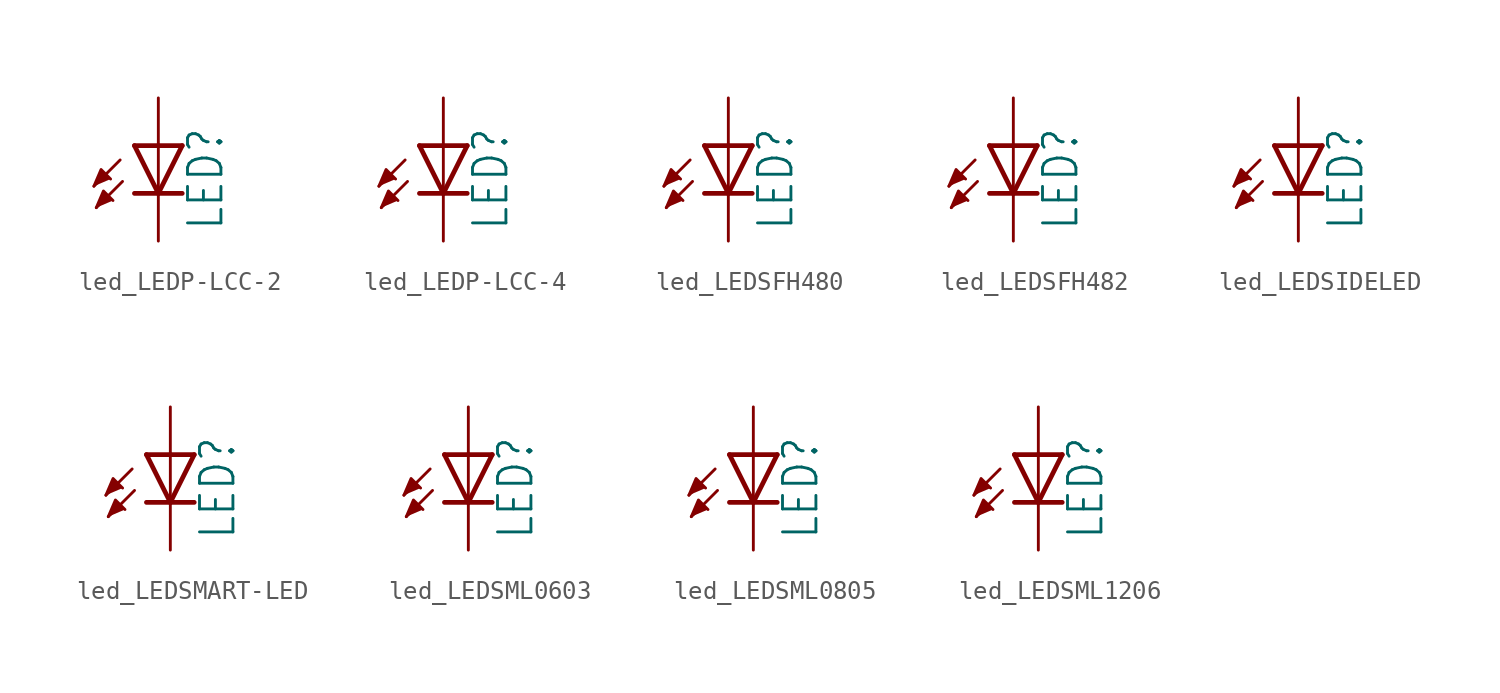
<source format=kicad_sym>
(kicad_symbol_lib
  (version 20231120)
  (generator "kicad_symbol_editor")
  (generator_version "8.0")
  (symbol "led_LEDP-LCC-2"
    (property "Reference" "LED"
      (at 3.556 -4.572 90)
      (effects (font (size 1.778 1.511)) (justify left bottom)))
    (property "Value" ""
      (at 5.715 -4.572 90)
      (effects (font (size 1.778 1.511)) (justify left bottom)))
    (property "ki_locked" ""
      (at 0 0 0)
      (effects (font (size 1.27 1.27))))
    (symbol "led_LEDP-LCC-2_1_0"
      (polyline (pts (xy -2.032 -0.762) (xy -3.429 -2.159)) (stroke (width 0.152) (type solid)) (fill (type none)))
      (polyline (pts (xy -1.905 -1.905) (xy -3.302 -3.302)) (stroke (width 0.152) (type solid)) (fill (type none)))
      (polyline (pts (xy 0 -2.54) (xy -1.27 -2.54)) (stroke (width 0.254) (type solid)) (fill (type none)))
      (polyline (pts (xy 0 -2.54) (xy -1.27 0)) (stroke (width 0.254) (type solid)) (fill (type none)))
      (polyline (pts (xy 0 0) (xy -1.27 0)) (stroke (width 0.254) (type solid)) (fill (type none)))
      (polyline (pts (xy 0 0) (xy 0 -2.54)) (stroke (width 0.152) (type solid)) (fill (type none)))
      (polyline (pts (xy 1.27 -2.54) (xy 0 -2.54)) (stroke (width 0.254) (type solid)) (fill (type none)))
      (polyline (pts (xy 1.27 0) (xy 0 -2.54)) (stroke (width 0.254) (type solid)) (fill (type none)))
      (polyline (pts (xy 1.27 0) (xy 0 0)) (stroke (width 0.254) (type solid)) (fill (type none)))
      (polyline (pts (xy -3.429 -2.159) (xy -3.048 -1.27) (xy -2.54 -1.778)) (stroke (width 0.152) (type solid)) (fill (type outline)))
      (polyline (pts (xy -3.302 -3.302) (xy -2.921 -2.413) (xy -2.413 -2.921)) (stroke (width 0.152) (type solid)) (fill (type outline)))
      (pin passive line (at 0 2.54 270) (length 2.54) (name "A" (effects (font (size 0 0)))) (number "A" (effects (font (size 0 0)))))
      (pin passive line (at 0 -5.08 90) (length 2.54) (name "C" (effects (font (size 0 0)))) (number "C" (effects (font (size 0 0)))))))
  (symbol "led_LEDP-LCC-4"
    (property "Reference" "LED"
      (at 3.556 -4.572 90)
      (effects (font (size 1.778 1.511)) (justify left bottom)))
    (property "Value" ""
      (at 5.715 -4.572 90)
      (effects (font (size 1.778 1.511)) (justify left bottom)))
    (property "ki_locked" ""
      (at 0 0 0)
      (effects (font (size 1.27 1.27))))
    (symbol "led_LEDP-LCC-4_1_0"
      (polyline (pts (xy -2.032 -0.762) (xy -3.429 -2.159)) (stroke (width 0.152) (type solid)) (fill (type none)))
      (polyline (pts (xy -1.905 -1.905) (xy -3.302 -3.302)) (stroke (width 0.152) (type solid)) (fill (type none)))
      (polyline (pts (xy 0 -2.54) (xy -1.27 -2.54)) (stroke (width 0.254) (type solid)) (fill (type none)))
      (polyline (pts (xy 0 -2.54) (xy -1.27 0)) (stroke (width 0.254) (type solid)) (fill (type none)))
      (polyline (pts (xy 0 0) (xy -1.27 0)) (stroke (width 0.254) (type solid)) (fill (type none)))
      (polyline (pts (xy 0 0) (xy 0 -2.54)) (stroke (width 0.152) (type solid)) (fill (type none)))
      (polyline (pts (xy 1.27 -2.54) (xy 0 -2.54)) (stroke (width 0.254) (type solid)) (fill (type none)))
      (polyline (pts (xy 1.27 0) (xy 0 -2.54)) (stroke (width 0.254) (type solid)) (fill (type none)))
      (polyline (pts (xy 1.27 0) (xy 0 0)) (stroke (width 0.254) (type solid)) (fill (type none)))
      (polyline (pts (xy -3.429 -2.159) (xy -3.048 -1.27) (xy -2.54 -1.778)) (stroke (width 0.152) (type solid)) (fill (type outline)))
      (polyline (pts (xy -3.302 -3.302) (xy -2.921 -2.413) (xy -2.413 -2.921)) (stroke (width 0.152) (type solid)) (fill (type outline)))
      (pin passive line (at 0 2.54 270) (length 2.54) (name "A" (effects (font (size 0 0)))) (number "A" (effects (font (size 0 0)))))
      (pin passive line (at 0 -5.08 90) (length 2.54) (name "C" (effects (font (size 0 0)))) (number "C@4" (effects (font (size 0 0)))))))
  (symbol "led_LEDSFH480"
    (property "Reference" "LED"
      (at 3.556 -4.572 90)
      (effects (font (size 1.778 1.511)) (justify left bottom)))
    (property "Value" ""
      (at 5.715 -4.572 90)
      (effects (font (size 1.778 1.511)) (justify left bottom)))
    (property "ki_locked" ""
      (at 0 0 0)
      (effects (font (size 1.27 1.27))))
    (symbol "led_LEDSFH480_1_0"
      (polyline (pts (xy -2.032 -0.762) (xy -3.429 -2.159)) (stroke (width 0.152) (type solid)) (fill (type none)))
      (polyline (pts (xy -1.905 -1.905) (xy -3.302 -3.302)) (stroke (width 0.152) (type solid)) (fill (type none)))
      (polyline (pts (xy 0 -2.54) (xy -1.27 -2.54)) (stroke (width 0.254) (type solid)) (fill (type none)))
      (polyline (pts (xy 0 -2.54) (xy -1.27 0)) (stroke (width 0.254) (type solid)) (fill (type none)))
      (polyline (pts (xy 0 0) (xy -1.27 0)) (stroke (width 0.254) (type solid)) (fill (type none)))
      (polyline (pts (xy 0 0) (xy 0 -2.54)) (stroke (width 0.152) (type solid)) (fill (type none)))
      (polyline (pts (xy 1.27 -2.54) (xy 0 -2.54)) (stroke (width 0.254) (type solid)) (fill (type none)))
      (polyline (pts (xy 1.27 0) (xy 0 -2.54)) (stroke (width 0.254) (type solid)) (fill (type none)))
      (polyline (pts (xy 1.27 0) (xy 0 0)) (stroke (width 0.254) (type solid)) (fill (type none)))
      (polyline (pts (xy -3.429 -2.159) (xy -3.048 -1.27) (xy -2.54 -1.778)) (stroke (width 0.152) (type solid)) (fill (type outline)))
      (polyline (pts (xy -3.302 -3.302) (xy -2.921 -2.413) (xy -2.413 -2.921)) (stroke (width 0.152) (type solid)) (fill (type outline)))
      (pin passive line (at 0 2.54 270) (length 2.54) (name "A" (effects (font (size 0 0)))) (number "A" (effects (font (size 0 0)))))
      (pin passive line (at 0 -5.08 90) (length 2.54) (name "C" (effects (font (size 0 0)))) (number "K" (effects (font (size 0 0)))))))
  (symbol "led_LEDSFH482"
    (property "Reference" "LED"
      (at 3.556 -4.572 90)
      (effects (font (size 1.778 1.511)) (justify left bottom)))
    (property "Value" ""
      (at 5.715 -4.572 90)
      (effects (font (size 1.778 1.511)) (justify left bottom)))
    (property "ki_locked" ""
      (at 0 0 0)
      (effects (font (size 1.27 1.27))))
    (symbol "led_LEDSFH482_1_0"
      (polyline (pts (xy -2.032 -0.762) (xy -3.429 -2.159)) (stroke (width 0.152) (type solid)) (fill (type none)))
      (polyline (pts (xy -1.905 -1.905) (xy -3.302 -3.302)) (stroke (width 0.152) (type solid)) (fill (type none)))
      (polyline (pts (xy 0 -2.54) (xy -1.27 -2.54)) (stroke (width 0.254) (type solid)) (fill (type none)))
      (polyline (pts (xy 0 -2.54) (xy -1.27 0)) (stroke (width 0.254) (type solid)) (fill (type none)))
      (polyline (pts (xy 0 0) (xy -1.27 0)) (stroke (width 0.254) (type solid)) (fill (type none)))
      (polyline (pts (xy 0 0) (xy 0 -2.54)) (stroke (width 0.152) (type solid)) (fill (type none)))
      (polyline (pts (xy 1.27 -2.54) (xy 0 -2.54)) (stroke (width 0.254) (type solid)) (fill (type none)))
      (polyline (pts (xy 1.27 0) (xy 0 -2.54)) (stroke (width 0.254) (type solid)) (fill (type none)))
      (polyline (pts (xy 1.27 0) (xy 0 0)) (stroke (width 0.254) (type solid)) (fill (type none)))
      (polyline (pts (xy -3.429 -2.159) (xy -3.048 -1.27) (xy -2.54 -1.778)) (stroke (width 0.152) (type solid)) (fill (type outline)))
      (polyline (pts (xy -3.302 -3.302) (xy -2.921 -2.413) (xy -2.413 -2.921)) (stroke (width 0.152) (type solid)) (fill (type outline)))
      (pin passive line (at 0 2.54 270) (length 2.54) (name "A" (effects (font (size 0 0)))) (number "A" (effects (font (size 0 0)))))
      (pin passive line (at 0 -5.08 90) (length 2.54) (name "C" (effects (font (size 0 0)))) (number "K" (effects (font (size 0 0)))))))
  (symbol "led_LEDSIDELED"
    (property "Reference" "LED"
      (at 3.556 -4.572 90)
      (effects (font (size 1.778 1.511)) (justify left bottom)))
    (property "Value" ""
      (at 5.715 -4.572 90)
      (effects (font (size 1.778 1.511)) (justify left bottom)))
    (property "ki_locked" ""
      (at 0 0 0)
      (effects (font (size 1.27 1.27))))
    (symbol "led_LEDSIDELED_1_0"
      (polyline (pts (xy -2.032 -0.762) (xy -3.429 -2.159)) (stroke (width 0.152) (type solid)) (fill (type none)))
      (polyline (pts (xy -1.905 -1.905) (xy -3.302 -3.302)) (stroke (width 0.152) (type solid)) (fill (type none)))
      (polyline (pts (xy 0 -2.54) (xy -1.27 -2.54)) (stroke (width 0.254) (type solid)) (fill (type none)))
      (polyline (pts (xy 0 -2.54) (xy -1.27 0)) (stroke (width 0.254) (type solid)) (fill (type none)))
      (polyline (pts (xy 0 0) (xy -1.27 0)) (stroke (width 0.254) (type solid)) (fill (type none)))
      (polyline (pts (xy 0 0) (xy 0 -2.54)) (stroke (width 0.152) (type solid)) (fill (type none)))
      (polyline (pts (xy 1.27 -2.54) (xy 0 -2.54)) (stroke (width 0.254) (type solid)) (fill (type none)))
      (polyline (pts (xy 1.27 0) (xy 0 -2.54)) (stroke (width 0.254) (type solid)) (fill (type none)))
      (polyline (pts (xy 1.27 0) (xy 0 0)) (stroke (width 0.254) (type solid)) (fill (type none)))
      (polyline (pts (xy -3.429 -2.159) (xy -3.048 -1.27) (xy -2.54 -1.778)) (stroke (width 0.152) (type solid)) (fill (type outline)))
      (polyline (pts (xy -3.302 -3.302) (xy -2.921 -2.413) (xy -2.413 -2.921)) (stroke (width 0.152) (type solid)) (fill (type outline)))
      (pin passive line (at 0 2.54 270) (length 2.54) (name "A" (effects (font (size 0 0)))) (number "A" (effects (font (size 0 0)))))
      (pin passive line (at 0 -5.08 90) (length 2.54) (name "C" (effects (font (size 0 0)))) (number "C" (effects (font (size 0 0)))))))
  (symbol "led_LEDSMART-LED"
    (property "Reference" "LED"
      (at 3.556 -4.572 90)
      (effects (font (size 1.778 1.511)) (justify left bottom)))
    (property "Value" ""
      (at 5.715 -4.572 90)
      (effects (font (size 1.778 1.511)) (justify left bottom)))
    (property "ki_locked" ""
      (at 0 0 0)
      (effects (font (size 1.27 1.27))))
    (symbol "led_LEDSMART-LED_1_0"
      (polyline (pts (xy -2.032 -0.762) (xy -3.429 -2.159)) (stroke (width 0.152) (type solid)) (fill (type none)))
      (polyline (pts (xy -1.905 -1.905) (xy -3.302 -3.302)) (stroke (width 0.152) (type solid)) (fill (type none)))
      (polyline (pts (xy 0 -2.54) (xy -1.27 -2.54)) (stroke (width 0.254) (type solid)) (fill (type none)))
      (polyline (pts (xy 0 -2.54) (xy -1.27 0)) (stroke (width 0.254) (type solid)) (fill (type none)))
      (polyline (pts (xy 0 0) (xy -1.27 0)) (stroke (width 0.254) (type solid)) (fill (type none)))
      (polyline (pts (xy 0 0) (xy 0 -2.54)) (stroke (width 0.152) (type solid)) (fill (type none)))
      (polyline (pts (xy 1.27 -2.54) (xy 0 -2.54)) (stroke (width 0.254) (type solid)) (fill (type none)))
      (polyline (pts (xy 1.27 0) (xy 0 -2.54)) (stroke (width 0.254) (type solid)) (fill (type none)))
      (polyline (pts (xy 1.27 0) (xy 0 0)) (stroke (width 0.254) (type solid)) (fill (type none)))
      (polyline (pts (xy -3.429 -2.159) (xy -3.048 -1.27) (xy -2.54 -1.778)) (stroke (width 0.152) (type solid)) (fill (type outline)))
      (polyline (pts (xy -3.302 -3.302) (xy -2.921 -2.413) (xy -2.413 -2.921)) (stroke (width 0.152) (type solid)) (fill (type outline)))
      (pin passive line (at 0 2.54 270) (length 2.54) (name "A" (effects (font (size 0 0)))) (number "A" (effects (font (size 0 0)))))
      (pin passive line (at 0 -5.08 90) (length 2.54) (name "C" (effects (font (size 0 0)))) (number "B" (effects (font (size 0 0)))))))
  (symbol "led_LEDSML0603"
    (property "Reference" "LED"
      (at 3.556 -4.572 90)
      (effects (font (size 1.778 1.511)) (justify left bottom)))
    (property "Value" ""
      (at 5.715 -4.572 90)
      (effects (font (size 1.778 1.511)) (justify left bottom)))
    (property "ki_locked" ""
      (at 0 0 0)
      (effects (font (size 1.27 1.27))))
    (symbol "led_LEDSML0603_1_0"
      (polyline (pts (xy -2.032 -0.762) (xy -3.429 -2.159)) (stroke (width 0.152) (type solid)) (fill (type none)))
      (polyline (pts (xy -1.905 -1.905) (xy -3.302 -3.302)) (stroke (width 0.152) (type solid)) (fill (type none)))
      (polyline (pts (xy 0 -2.54) (xy -1.27 -2.54)) (stroke (width 0.254) (type solid)) (fill (type none)))
      (polyline (pts (xy 0 -2.54) (xy -1.27 0)) (stroke (width 0.254) (type solid)) (fill (type none)))
      (polyline (pts (xy 0 0) (xy -1.27 0)) (stroke (width 0.254) (type solid)) (fill (type none)))
      (polyline (pts (xy 0 0) (xy 0 -2.54)) (stroke (width 0.152) (type solid)) (fill (type none)))
      (polyline (pts (xy 1.27 -2.54) (xy 0 -2.54)) (stroke (width 0.254) (type solid)) (fill (type none)))
      (polyline (pts (xy 1.27 0) (xy 0 -2.54)) (stroke (width 0.254) (type solid)) (fill (type none)))
      (polyline (pts (xy 1.27 0) (xy 0 0)) (stroke (width 0.254) (type solid)) (fill (type none)))
      (polyline (pts (xy -3.429 -2.159) (xy -3.048 -1.27) (xy -2.54 -1.778)) (stroke (width 0.152) (type solid)) (fill (type outline)))
      (polyline (pts (xy -3.302 -3.302) (xy -2.921 -2.413) (xy -2.413 -2.921)) (stroke (width 0.152) (type solid)) (fill (type outline)))
      (pin passive line (at 0 2.54 270) (length 2.54) (name "A" (effects (font (size 0 0)))) (number "A" (effects (font (size 0 0)))))
      (pin passive line (at 0 -5.08 90) (length 2.54) (name "C" (effects (font (size 0 0)))) (number "C" (effects (font (size 0 0)))))))
  (symbol "led_LEDSML0805"
    (property "Reference" "LED"
      (at 3.556 -4.572 90)
      (effects (font (size 1.778 1.511)) (justify left bottom)))
    (property "Value" ""
      (at 5.715 -4.572 90)
      (effects (font (size 1.778 1.511)) (justify left bottom)))
    (property "ki_locked" ""
      (at 0 0 0)
      (effects (font (size 1.27 1.27))))
    (symbol "led_LEDSML0805_1_0"
      (polyline (pts (xy -2.032 -0.762) (xy -3.429 -2.159)) (stroke (width 0.152) (type solid)) (fill (type none)))
      (polyline (pts (xy -1.905 -1.905) (xy -3.302 -3.302)) (stroke (width 0.152) (type solid)) (fill (type none)))
      (polyline (pts (xy 0 -2.54) (xy -1.27 -2.54)) (stroke (width 0.254) (type solid)) (fill (type none)))
      (polyline (pts (xy 0 -2.54) (xy -1.27 0)) (stroke (width 0.254) (type solid)) (fill (type none)))
      (polyline (pts (xy 0 0) (xy -1.27 0)) (stroke (width 0.254) (type solid)) (fill (type none)))
      (polyline (pts (xy 0 0) (xy 0 -2.54)) (stroke (width 0.152) (type solid)) (fill (type none)))
      (polyline (pts (xy 1.27 -2.54) (xy 0 -2.54)) (stroke (width 0.254) (type solid)) (fill (type none)))
      (polyline (pts (xy 1.27 0) (xy 0 -2.54)) (stroke (width 0.254) (type solid)) (fill (type none)))
      (polyline (pts (xy 1.27 0) (xy 0 0)) (stroke (width 0.254) (type solid)) (fill (type none)))
      (polyline (pts (xy -3.429 -2.159) (xy -3.048 -1.27) (xy -2.54 -1.778)) (stroke (width 0.152) (type solid)) (fill (type outline)))
      (polyline (pts (xy -3.302 -3.302) (xy -2.921 -2.413) (xy -2.413 -2.921)) (stroke (width 0.152) (type solid)) (fill (type outline)))
      (pin passive line (at 0 2.54 270) (length 2.54) (name "A" (effects (font (size 0 0)))) (number "A" (effects (font (size 0 0)))))
      (pin passive line (at 0 -5.08 90) (length 2.54) (name "C" (effects (font (size 0 0)))) (number "C" (effects (font (size 0 0)))))))
  (symbol "led_LEDSML1206"
    (property "Reference" "LED"
      (at 3.556 -4.572 90)
      (effects (font (size 1.778 1.511)) (justify left bottom)))
    (property "Value" ""
      (at 5.715 -4.572 90)
      (effects (font (size 1.778 1.511)) (justify left bottom)))
    (property "ki_locked" ""
      (at 0 0 0)
      (effects (font (size 1.27 1.27))))
    (symbol "led_LEDSML1206_1_0"
      (polyline (pts (xy -2.032 -0.762) (xy -3.429 -2.159)) (stroke (width 0.152) (type solid)) (fill (type none)))
      (polyline (pts (xy -1.905 -1.905) (xy -3.302 -3.302)) (stroke (width 0.152) (type solid)) (fill (type none)))
      (polyline (pts (xy 0 -2.54) (xy -1.27 -2.54)) (stroke (width 0.254) (type solid)) (fill (type none)))
      (polyline (pts (xy 0 -2.54) (xy -1.27 0)) (stroke (width 0.254) (type solid)) (fill (type none)))
      (polyline (pts (xy 0 0) (xy -1.27 0)) (stroke (width 0.254) (type solid)) (fill (type none)))
      (polyline (pts (xy 0 0) (xy 0 -2.54)) (stroke (width 0.152) (type solid)) (fill (type none)))
      (polyline (pts (xy 1.27 -2.54) (xy 0 -2.54)) (stroke (width 0.254) (type solid)) (fill (type none)))
      (polyline (pts (xy 1.27 0) (xy 0 -2.54)) (stroke (width 0.254) (type solid)) (fill (type none)))
      (polyline (pts (xy 1.27 0) (xy 0 0)) (stroke (width 0.254) (type solid)) (fill (type none)))
      (polyline (pts (xy -3.429 -2.159) (xy -3.048 -1.27) (xy -2.54 -1.778)) (stroke (width 0.152) (type solid)) (fill (type outline)))
      (polyline (pts (xy -3.302 -3.302) (xy -2.921 -2.413) (xy -2.413 -2.921)) (stroke (width 0.152) (type solid)) (fill (type outline)))
      (pin passive line (at 0 2.54 270) (length 2.54) (name "A" (effects (font (size 0 0)))) (number "A" (effects (font (size 0 0)))))
      (pin passive line (at 0 -5.08 90) (length 2.54) (name "C" (effects (font (size 0 0)))) (number "C" (effects (font (size 0 0))))))))
</source>
